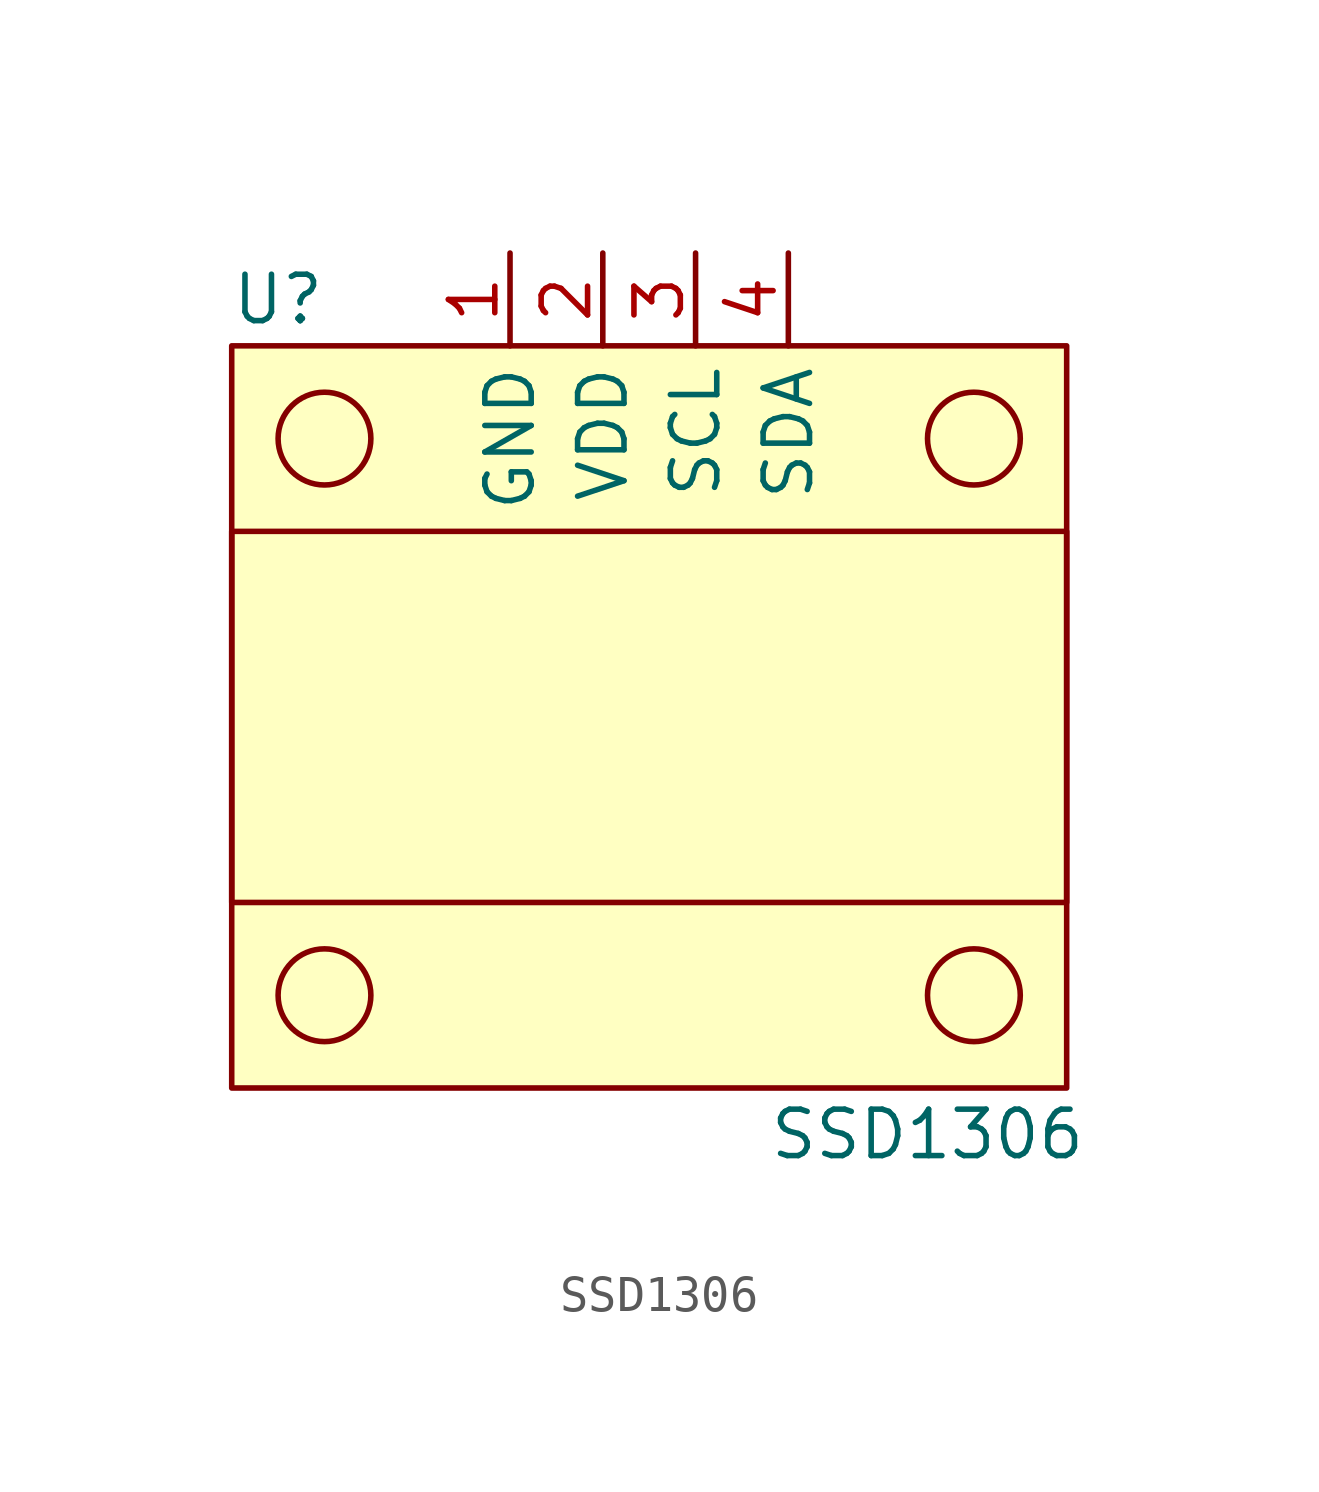
<source format=kicad_sym>
(kicad_symbol_lib
  (version 20211014)
  (generator kicad_symbol_editor)
  (symbol "SSD1306"
    (property "Reference" "U"
      (at -7.62 12.7 0)
      (effects (font (size 1.27 1.27))))
    (property "Value" "SSD1306"
      (at 10.16 -10.16 0)
      (effects (font (size 1.27 1.27))))
    (symbol "SSD1306_0_1"
      (rectangle (start -8.89 6.35) (end 13.97 -3.81) (stroke (width 0) (type default) (color 0 0 0 0)) (fill (type none)))
      (rectangle (start -8.89 11.43) (end 13.97 -8.89) (stroke (width 0) (type default) (color 0 0 0 0)) (fill (type background)))
      (circle (center -6.35 -6.35) (radius 1.27) (stroke (width 0) (type default) (color 0 0 0 0)) (fill (type none)))
      (circle (center -6.35 8.89) (radius 1.27) (stroke (width 0) (type default) (color 0 0 0 0)) (fill (type none)))
      (circle (center 11.43 -6.35) (radius 1.27) (stroke (width 0) (type default) (color 0 0 0 0)) (fill (type none)))
      (circle (center 11.43 8.89) (radius 1.27) (stroke (width 0) (type default) (color 0 0 0 0)) (fill (type none))))
    (symbol "SSD1306_1_1"
      (pin power_in line (at -1.27 13.97 270) (length 2.54) (name "GND" (effects (font (size 1.27 1.27)))) (number "1" (effects (font (size 1.27 1.27)))))
      (pin power_in line (at 1.27 13.97 270) (length 2.54) (name "VDD" (effects (font (size 1.27 1.27)))) (number "2" (effects (font (size 1.27 1.27)))))
      (pin bidirectional line (at 3.81 13.97 270) (length 2.54) (name "SCL" (effects (font (size 1.27 1.27)))) (number "3" (effects (font (size 1.27 1.27)))))
      (pin bidirectional line (at 6.35 13.97 270) (length 2.54) (name "SDA" (effects (font (size 1.27 1.27)))) (number "4" (effects (font (size 1.27 1.27))))))))
</source>
